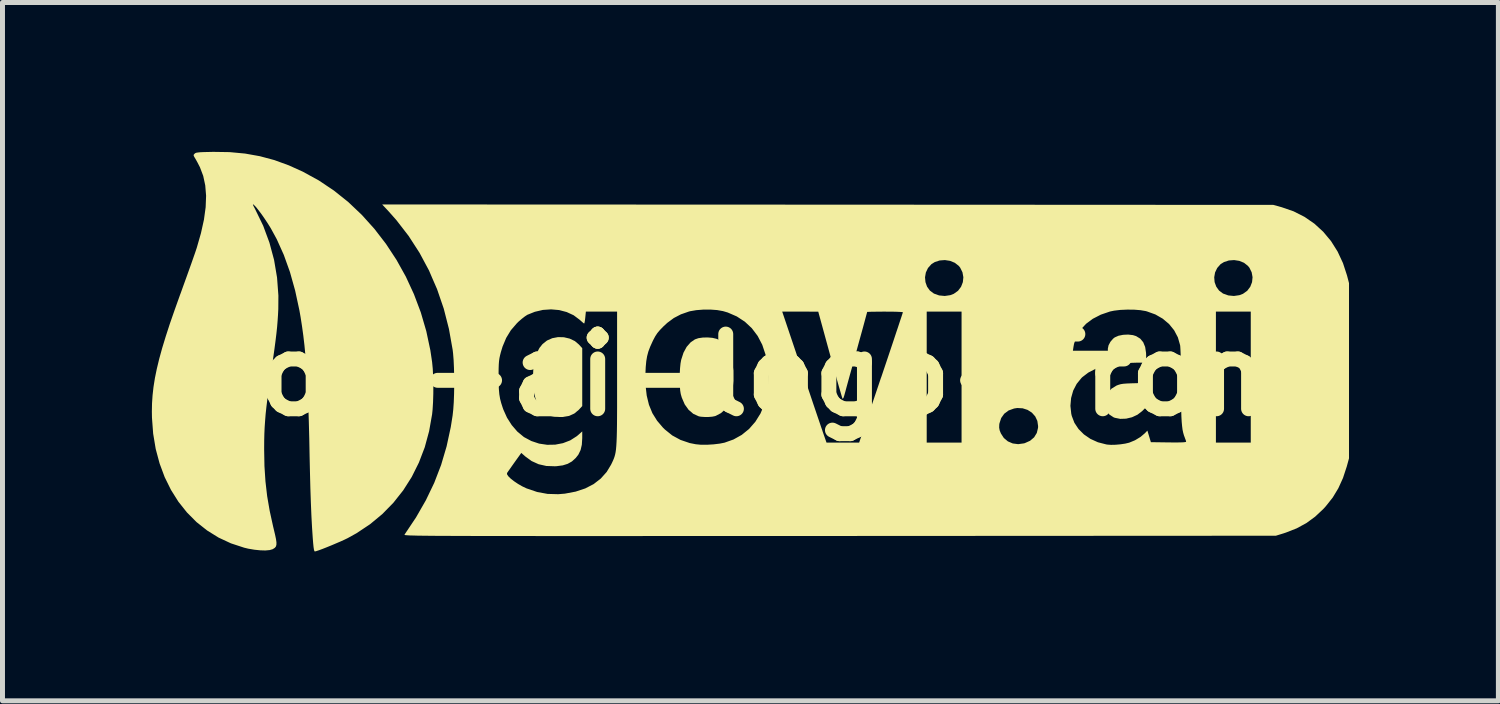
<source format=kicad_pcb>
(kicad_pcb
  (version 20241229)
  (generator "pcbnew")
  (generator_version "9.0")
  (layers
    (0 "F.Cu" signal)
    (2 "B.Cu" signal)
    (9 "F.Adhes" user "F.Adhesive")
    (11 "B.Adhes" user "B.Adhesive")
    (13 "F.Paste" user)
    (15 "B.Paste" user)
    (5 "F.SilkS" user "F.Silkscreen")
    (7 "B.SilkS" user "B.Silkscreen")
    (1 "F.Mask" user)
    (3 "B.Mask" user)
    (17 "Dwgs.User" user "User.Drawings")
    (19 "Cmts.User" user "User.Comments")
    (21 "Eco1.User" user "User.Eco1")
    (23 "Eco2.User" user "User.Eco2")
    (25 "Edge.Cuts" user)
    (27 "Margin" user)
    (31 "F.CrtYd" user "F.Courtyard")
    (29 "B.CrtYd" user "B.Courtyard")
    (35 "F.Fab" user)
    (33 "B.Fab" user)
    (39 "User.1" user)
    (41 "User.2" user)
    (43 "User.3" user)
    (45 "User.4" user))
  (footprint "govi-ai-logo-front"
    (layer "F.Cu")
    (at 12.025 4.481)
    (property "Reference" "govi-ai-logo-front" (at 0 0 0) (layer "F.SilkS") (effects (font (size 1.5 1.5) (thickness 0.3))))
    (attr board_only exclude_from_pos_files exclude_from_bom)
    (fp_poly (pts (xy 7.943 0.402) (xy 7.943 0.645) (xy 7.862 0.726) (xy 7.768 0.798) (xy 7.658 0.849) (xy 7.54 0.877) (xy 7.422 0.881) (xy 7.312 0.859) (xy 7.282 0.846) (xy 7.203 0.793) (xy 7.148 0.718) (xy 7.121 0.624) (xy 7.118 0.575) (xy 7.133 0.456) (xy 7.174 0.356) (xy 7.244 0.277) (xy 7.342 0.216) (xy 7.351 0.211) (xy 7.392 0.196) (xy 7.434 0.184) (xy 7.486 0.176) (xy 7.554 0.171) (xy 7.647 0.167) (xy 7.691 0.166) (xy 7.943 0.159)) (stroke (width 0) (type solid)) (fill yes) (layer "F.SilkS"))
    (fp_poly (pts (xy -3.75 -0.758) (xy -3.635 -0.731) (xy -3.53 -0.681) (xy -3.452 -0.615) (xy -3.382 -0.539) (xy -3.382 0.043) (xy -3.382 0.624) (xy -3.452 0.7) (xy -3.541 0.774) (xy -3.647 0.822) (xy -3.773 0.843) (xy -3.831 0.844) (xy -3.902 0.84) (xy -3.967 0.833) (xy -4.011 0.824) (xy -4.072 0.793) (xy -4.14 0.74) (xy -4.205 0.673) (xy -4.26 0.602) (xy -4.275 0.577) (xy -4.318 0.48) (xy -4.348 0.37) (xy -4.366 0.241) (xy -4.372 0.087) (xy -4.372 0.06) (xy -4.364 -0.131) (xy -4.34 -0.293) (xy -4.299 -0.431) (xy -4.24 -0.545) (xy -4.179 -0.621) (xy -4.09 -0.692) (xy -3.984 -0.739) (xy -3.868 -0.761)) (stroke (width 0) (type solid)) (fill yes) (layer "F.SilkS"))
    (fp_poly (pts (xy -0.767 -0.746) (xy -0.686 -0.727) (xy -0.655 -0.714) (xy -0.553 -0.641) (xy -0.471 -0.542) (xy -0.409 -0.418) (xy -0.368 -0.267) (xy -0.347 -0.089) (xy -0.346 0.117) (xy -0.346 0.118) (xy -0.362 0.303) (xy -0.394 0.458) (xy -0.443 0.586) (xy -0.51 0.688) (xy -0.595 0.765) (xy -0.699 0.82) (xy -0.716 0.826) (xy -0.77 0.837) (xy -0.844 0.843) (xy -0.925 0.843) (xy -0.998 0.838) (xy -1.042 0.83) (xy -1.153 0.779) (xy -1.247 0.698) (xy -1.324 0.59) (xy -1.382 0.456) (xy -1.403 0.384) (xy -1.415 0.311) (xy -1.422 0.213) (xy -1.425 0.1) (xy -1.424 -0.018) (xy -1.418 -0.132) (xy -1.408 -0.232) (xy -1.395 -0.304) (xy -1.348 -0.449) (xy -1.285 -0.565) (xy -1.205 -0.656) (xy -1.119 -0.715) (xy -1.05 -0.739) (xy -0.96 -0.752) (xy -0.862 -0.754)) (stroke (width 0) (type solid)) (fill yes) (layer "F.SilkS"))
    (fp_poly (pts (xy -10.463 -4.476) (xy -10.153 -4.447) (xy -9.856 -4.394) (xy -9.565 -4.316) (xy -9.274 -4.21) (xy -8.993 -4.083) (xy -8.674 -3.908) (xy -8.369 -3.704) (xy -8.08 -3.473) (xy -7.809 -3.216) (xy -7.556 -2.935) (xy -7.324 -2.634) (xy -7.113 -2.313) (xy -6.925 -1.976) (xy -6.762 -1.623) (xy -6.624 -1.257) (xy -6.514 -0.881) (xy -6.432 -0.495) (xy -6.397 -0.259) (xy -6.384 -0.125) (xy -6.376 0.032) (xy -6.372 0.202) (xy -6.373 0.375) (xy -6.378 0.542) (xy -6.387 0.692) (xy -6.397 0.789) (xy -6.457 1.128) (xy -6.545 1.452) (xy -6.662 1.758) (xy -6.806 2.047) (xy -6.977 2.316) (xy -7.174 2.565) (xy -7.396 2.792) (xy -7.642 2.996) (xy -7.912 3.176) (xy -8.092 3.276) (xy -8.154 3.306) (xy -8.233 3.342) (xy -8.322 3.38) (xy -8.416 3.42) (xy -8.509 3.458) (xy -8.595 3.492) (xy -8.668 3.519) (xy -8.722 3.537) (xy -8.751 3.544) (xy -8.752 3.544) (xy -8.761 3.536) (xy -8.77 3.507) (xy -8.778 3.455) (xy -8.786 3.375) (xy -8.794 3.275) (xy -8.808 3.066) (xy -8.821 2.826) (xy -8.832 2.559) (xy -8.842 2.268) (xy -8.85 1.956) (xy -8.857 1.648) (xy -8.864 1.277) (xy -8.873 0.937) (xy -8.883 0.625) (xy -8.894 0.34) (xy -8.908 0.077) (xy -8.923 -0.164) (xy -8.941 -0.389) (xy -8.961 -0.598) (xy -8.984 -0.794) (xy -9.01 -0.982) (xy -9.038 -1.162) (xy -9.062 -1.298) (xy -9.148 -1.697) (xy -9.252 -2.068) (xy -9.375 -2.411) (xy -9.517 -2.727) (xy -9.637 -2.947) (xy -9.694 -3.039) (xy -9.756 -3.133) (xy -9.819 -3.224) (xy -9.88 -3.305) (xy -9.932 -3.371) (xy -9.973 -3.413) (xy -9.976 -3.416) (xy -9.993 -3.428) (xy -9.996 -3.422) (xy -9.984 -3.393) (xy -9.956 -3.34) (xy -9.947 -3.322) (xy -9.789 -2.996) (xy -9.664 -2.658) (xy -9.571 -2.312) (xy -9.511 -1.957) (xy -9.484 -1.595) (xy -9.486 -1.324) (xy -9.492 -1.205) (xy -9.5 -1.086) (xy -9.51 -0.963) (xy -9.524 -0.831) (xy -9.542 -0.684) (xy -9.564 -0.517) (xy -9.591 -0.326) (xy -9.616 -0.154) (xy -9.651 0.082) (xy -9.68 0.289) (xy -9.704 0.472) (xy -9.724 0.635) (xy -9.74 0.782) (xy -9.751 0.92) (xy -9.76 1.051) (xy -9.766 1.182) (xy -9.769 1.315) (xy -9.77 1.457) (xy -9.77 1.503) (xy -9.764 1.83) (xy -9.744 2.135) (xy -9.71 2.431) (xy -9.659 2.728) (xy -9.591 3.038) (xy -9.579 3.088) (xy -9.551 3.206) (xy -9.532 3.296) (xy -9.523 3.363) (xy -9.524 3.411) (xy -9.535 3.446) (xy -9.557 3.472) (xy -9.59 3.493) (xy -9.6 3.499) (xy -9.659 3.516) (xy -9.745 3.524) (xy -9.849 3.521) (xy -9.966 3.509) (xy -10.089 3.488) (xy -10.172 3.468) (xy -10.437 3.381) (xy -10.686 3.265) (xy -10.916 3.122) (xy -11.128 2.954) (xy -11.321 2.76) (xy -11.492 2.545) (xy -11.641 2.308) (xy -11.768 2.051) (xy -11.87 1.776) (xy -11.948 1.485) (xy -11.999 1.178) (xy -12.023 0.858) (xy -12.025 0.737) (xy -12.022 0.573) (xy -12.011 0.408) (xy -11.992 0.239) (xy -11.964 0.063) (xy -11.926 -0.123) (xy -11.878 -0.322) (xy -11.819 -0.537) (xy -11.748 -0.77) (xy -11.665 -1.026) (xy -11.568 -1.305) (xy -11.458 -1.613) (xy -11.446 -1.644) (xy -11.39 -1.8) (xy -11.334 -1.955) (xy -11.281 -2.103) (xy -11.232 -2.24) (xy -11.19 -2.36) (xy -11.155 -2.46) (xy -11.13 -2.535) (xy -11.123 -2.556) (xy -11.039 -2.849) (xy -10.979 -3.12) (xy -10.945 -3.369) (xy -10.936 -3.599) (xy -10.953 -3.808) (xy -10.994 -3.999) (xy -11.06 -4.173) (xy -11.076 -4.204) (xy -11.109 -4.268) (xy -11.141 -4.326) (xy -11.165 -4.366) (xy -11.166 -4.368) (xy -11.185 -4.402) (xy -11.185 -4.423) (xy -11.166 -4.445) (xy -11.152 -4.456) (xy -11.131 -4.464) (xy -11.097 -4.469) (xy -11.047 -4.474) (xy -10.974 -4.477) (xy -10.876 -4.479) (xy -10.792 -4.481)) (stroke (width 0) (type solid)) (fill yes) (layer "F.SilkS"))
    (fp_poly (pts (xy 1.548 -3.421) (xy 10.497 -3.416) (xy 10.667 -3.369) (xy 10.904 -3.287) (xy 11.123 -3.176) (xy 11.322 -3.039) (xy 11.5 -2.876) (xy 11.656 -2.689) (xy 11.788 -2.479) (xy 11.896 -2.247) (xy 11.977 -1.999) (xy 12.017 -1.845) (xy 12.017 -0.085) (xy 12.017 1.674) (xy 11.972 1.838) (xy 11.896 2.069) (xy 11.803 2.274) (xy 11.69 2.461) (xy 11.552 2.635) (xy 11.504 2.688) (xy 11.336 2.846) (xy 11.159 2.975) (xy 10.966 3.08) (xy 10.749 3.165) (xy 10.701 3.181) (xy 10.548 3.228) (xy 1.787 3.233) (xy 1.134 3.233) (xy 0.514 3.233) (xy -0.073 3.234) (xy -0.629 3.234) (xy -1.154 3.234) (xy -1.65 3.234) (xy -2.116 3.234) (xy -2.554 3.235) (xy -2.966 3.235) (xy -3.35 3.235) (xy -3.71 3.235) (xy -4.044 3.235) (xy -4.355 3.234) (xy -4.643 3.234) (xy -4.909 3.234) (xy -5.154 3.234) (xy -5.379 3.233) (xy -5.584 3.233) (xy -5.771 3.232) (xy -5.94 3.232) (xy -6.092 3.231) (xy -6.228 3.231) (xy -6.349 3.23) (xy -6.456 3.229) (xy -6.55 3.228) (xy -6.631 3.227) (xy -6.701 3.226) (xy -6.76 3.224) (xy -6.809 3.223) (xy -6.849 3.222) (xy -6.881 3.22) (xy -6.906 3.218) (xy -6.924 3.217) (xy -6.937 3.215) (xy -6.945 3.213) (xy -6.95 3.211) (xy -6.951 3.208) (xy -6.951 3.206) (xy -6.95 3.204) (xy -6.72 2.86) (xy -6.522 2.515) (xy -6.354 2.165) (xy -6.216 1.806) (xy -6.106 1.434) (xy -6.022 1.045) (xy -5.985 0.811) (xy -5.972 0.691) (xy -5.962 0.546) (xy -5.956 0.381) (xy -5.953 0.207) (xy -5.954 0.03) (xy -5.954 0.026) (xy -5.062 0.026) (xy -5.061 0.169) (xy -5.056 0.287) (xy -5.047 0.387) (xy -5.032 0.477) (xy -5.009 0.565) (xy -4.978 0.661) (xy -4.965 0.697) (xy -4.893 0.857) (xy -4.798 1.006) (xy -4.686 1.136) (xy -4.562 1.239) (xy -4.55 1.248) (xy -4.404 1.326) (xy -4.248 1.378) (xy -4.086 1.402) (xy -3.925 1.399) (xy -3.769 1.369) (xy -3.623 1.313) (xy -3.493 1.23) (xy -3.463 1.205) (xy -3.382 1.133) (xy -3.382 1.268) (xy -3.39 1.4) (xy -3.415 1.507) (xy -3.459 1.598) (xy -3.512 1.666) (xy -3.589 1.736) (xy -3.674 1.784) (xy -3.773 1.815) (xy -3.895 1.831) (xy -3.931 1.833) (xy -4.103 1.827) (xy -4.258 1.792) (xy -4.399 1.728) (xy -4.528 1.634) (xy -4.606 1.565) (xy -4.743 1.756) (xy -4.794 1.828) (xy -4.838 1.891) (xy -4.872 1.939) (xy -4.891 1.967) (xy -4.893 1.97) (xy -4.891 1.998) (xy -4.863 2.038) (xy -4.814 2.085) (xy -4.748 2.136) (xy -4.672 2.187) (xy -4.589 2.235) (xy -4.503 2.276) (xy -4.495 2.279) (xy -4.286 2.35) (xy -4.078 2.388) (xy -3.865 2.394) (xy -3.731 2.383) (xy -3.514 2.342) (xy -3.321 2.278) (xy -3.153 2.191) (xy -3.01 2.08) (xy -2.891 1.947) (xy -2.803 1.801) (xy -2.782 1.758) (xy -2.764 1.719) (xy -2.748 1.681) (xy -2.734 1.642) (xy -2.722 1.599) (xy -2.712 1.551) (xy -2.704 1.494) (xy -2.698 1.425) (xy -2.693 1.344) (xy -2.689 1.246) (xy -2.686 1.13) (xy -2.684 0.994) (xy -2.683 0.834) (xy -2.682 0.648) (xy -2.682 0.434) (xy -2.682 0.189) (xy -2.682 0.073) (xy -2.682 -0.026) (xy -2.113 -0.026) (xy -2.111 0.206) (xy -2.087 0.414) (xy -2.042 0.599) (xy -1.973 0.767) (xy -1.879 0.918) (xy -1.76 1.058) (xy -1.723 1.094) (xy -1.574 1.214) (xy -1.408 1.304) (xy -1.223 1.367) (xy -1.101 1.391) (xy -0.998 1.401) (xy -0.874 1.401) (xy -0.744 1.393) (xy -0.619 1.378) (xy -0.524 1.359) (xy -0.344 1.295) (xy -0.179 1.203) (xy -0.032 1.084) (xy 0.094 0.94) (xy 0.198 0.773) (xy 0.277 0.587) (xy 0.287 0.554) (xy 0.328 0.379) (xy 0.349 0.185) (xy 0.352 -0.017) (xy 0.336 -0.218) (xy 0.3 -0.407) (xy 0.299 -0.41) (xy 0.233 -0.608) (xy 0.141 -0.784) (xy 0.024 -0.939) (xy -0.116 -1.07) (xy -0.278 -1.176) (xy -0.46 -1.255) (xy -0.521 -1.273) (xy 0.634 -1.273) (xy 1.001 -0.184) (xy 1.065 0.009) (xy 1.129 0.197) (xy 1.19 0.378) (xy 1.247 0.548) (xy 1.3 0.704) (xy 1.347 0.843) (xy 1.387 0.96) (xy 1.418 1.053) (xy 1.441 1.118) (xy 1.445 1.132) (xy 1.524 1.358) (xy 1.852 1.358) (xy 2.179 1.358) (xy 2.618 0.055) (xy 2.623 0.043) (xy 3.536 0.043) (xy 3.536 1.358) (xy 3.886 1.358) (xy 4.236 1.358) (xy 4.236 1.057) (xy 4.991 1.057) (xy 5.001 1.112) (xy 5.026 1.174) (xy 5.085 1.265) (xy 5.166 1.333) (xy 5.264 1.375) (xy 5.373 1.389) (xy 5.49 1.373) (xy 5.507 1.368) (xy 5.612 1.321) (xy 5.693 1.252) (xy 5.747 1.164) (xy 5.772 1.06) (xy 5.773 1.026) (xy 5.758 0.922) (xy 5.715 0.831) (xy 5.648 0.756) (xy 5.562 0.701) (xy 5.463 0.669) (xy 5.354 0.663) (xy 5.29 0.673) (xy 5.18 0.713) (xy 5.093 0.778) (xy 5.032 0.864) (xy 4.997 0.971) (xy 4.993 0.997) (xy 4.991 1.057) (xy 4.236 1.057) (xy 4.236 0.619) (xy 6.422 0.619) (xy 6.439 0.778) (xy 6.449 0.821) (xy 6.502 0.96) (xy 6.585 1.085) (xy 6.693 1.193) (xy 6.824 1.283) (xy 6.974 1.351) (xy 7.141 1.394) (xy 7.166 1.398) (xy 7.237 1.403) (xy 7.329 1.401) (xy 7.429 1.392) (xy 7.523 1.378) (xy 7.599 1.36) (xy 7.6 1.36) (xy 7.719 1.311) (xy 7.83 1.244) (xy 7.917 1.17) (xy 7.968 1.117) (xy 8.003 1.233) (xy 8.038 1.349) (xy 8.392 1.354) (xy 8.528 1.355) (xy 8.631 1.354) (xy 8.701 1.351) (xy 8.738 1.345) (xy 8.746 1.341) (xy 8.74 1.314) (xy 8.724 1.272) (xy 8.72 1.26) (xy 8.702 1.212) (xy 8.687 1.16) (xy 8.674 1.099) (xy 8.665 1.027) (xy 8.657 0.941) (xy 8.651 0.836) (xy 8.647 0.709) (xy 8.645 0.558) (xy 8.643 0.379) (xy 8.643 0.206) (xy 8.643 0.043) (xy 9.344 0.043) (xy 9.344 1.358) (xy 9.694 1.358) (xy 10.044 1.358) (xy 10.044 0.043) (xy 10.044 -1.273) (xy 9.694 -1.273) (xy 9.344 -1.273) (xy 9.344 0.043) (xy 8.643 0.043) (xy 8.643 0.022) (xy 8.641 -0.145) (xy 8.639 -0.29) (xy 8.636 -0.412) (xy 8.632 -0.507) (xy 8.628 -0.573) (xy 8.625 -0.599) (xy 8.58 -0.756) (xy 8.505 -0.898) (xy 8.403 -1.024) (xy 8.276 -1.131) (xy 8.128 -1.216) (xy 7.959 -1.277) (xy 7.933 -1.284) (xy 7.827 -1.302) (xy 7.699 -1.312) (xy 7.561 -1.313) (xy 7.424 -1.307) (xy 7.299 -1.292) (xy 7.217 -1.275) (xy 7.033 -1.212) (xy 6.872 -1.129) (xy 6.736 -1.028) (xy 6.627 -0.909) (xy 6.546 -0.775) (xy 6.495 -0.627) (xy 6.484 -0.568) (xy 6.472 -0.487) (xy 6.823 -0.487) (xy 7.174 -0.487) (xy 7.174 -0.53) (xy 7.188 -0.596) (xy 7.225 -0.666) (xy 7.278 -0.728) (xy 7.312 -0.755) (xy 7.387 -0.788) (xy 7.48 -0.807) (xy 7.581 -0.812) (xy 7.677 -0.801) (xy 7.741 -0.781) (xy 7.824 -0.73) (xy 7.884 -0.658) (xy 7.923 -0.563) (xy 7.941 -0.443) (xy 7.943 -0.382) (xy 7.943 -0.248) (xy 7.742 -0.247) (xy 7.495 -0.239) (xy 7.277 -0.216) (xy 7.086 -0.177) (xy 6.921 -0.121) (xy 6.781 -0.048) (xy 6.663 0.042) (xy 6.644 0.06) (xy 6.548 0.178) (xy 6.478 0.313) (xy 6.436 0.462) (xy 6.422 0.619) (xy 4.236 0.619) (xy 4.236 0.043) (xy 4.236 -1.273) (xy 3.886 -1.273) (xy 3.536 -1.273) (xy 3.536 0.043) (xy 2.623 0.043) (xy 2.687 -0.147) (xy 2.752 -0.34) (xy 2.813 -0.522) (xy 2.869 -0.689) (xy 2.919 -0.84) (xy 2.963 -0.971) (xy 2.999 -1.081) (xy 3.028 -1.167) (xy 3.047 -1.226) (xy 3.057 -1.256) (xy 3.058 -1.26) (xy 3.041 -1.264) (xy 2.996 -1.267) (xy 2.926 -1.27) (xy 2.837 -1.272) (xy 2.735 -1.272) (xy 2.699 -1.273) (xy 2.592 -1.272) (xy 2.498 -1.271) (xy 2.422 -1.27) (xy 2.368 -1.268) (xy 2.342 -1.267) (xy 2.34 -1.266) (xy 2.336 -1.249) (xy 2.323 -1.202) (xy 2.303 -1.128) (xy 2.277 -1.031) (xy 2.245 -0.914) (xy 2.208 -0.78) (xy 2.167 -0.632) (xy 2.124 -0.474) (xy 2.12 -0.459) (xy 2.075 -0.297) (xy 2.033 -0.143) (xy 1.993 -0.000103) (xy 1.958 0.127) (xy 1.928 0.236) (xy 1.905 0.323) (xy 1.888 0.384) (xy 1.879 0.416) (xy 1.879 0.416) (xy 1.865 0.457) (xy 1.851 0.477) (xy 1.846 0.476) (xy 1.839 0.457) (xy 1.824 0.409) (xy 1.802 0.333) (xy 1.773 0.234) (xy 1.739 0.114) (xy 1.701 -0.023) (xy 1.659 -0.174) (xy 1.614 -0.337) (xy 1.595 -0.406) (xy 1.358 -1.272) (xy 0.996 -1.273) (xy 0.634 -1.273) (xy -0.521 -1.273) (xy -0.555 -1.283) (xy -0.673 -1.304) (xy -0.81 -1.314) (xy -0.954 -1.313) (xy -1.093 -1.302) (xy -1.215 -1.281) (xy -1.238 -1.275) (xy -1.401 -1.218) (xy -1.543 -1.144) (xy -1.674 -1.047) (xy -1.753 -0.974) (xy -1.822 -0.903) (xy -1.874 -0.841) (xy -1.916 -0.777) (xy -1.957 -0.7) (xy -1.969 -0.675) (xy -2.018 -0.567) (xy -2.054 -0.472) (xy -2.079 -0.378) (xy -2.096 -0.278) (xy -2.107 -0.161) (xy -2.113 -0.026) (xy -2.682 -0.026) (xy -2.682 -1.273) (xy -2.996 -1.273) (xy -3.309 -1.273) (xy -3.321 -1.153) (xy -3.328 -1.094) (xy -3.336 -1.051) (xy -3.343 -1.034) (xy -3.343 -1.033) (xy -3.36 -1.044) (xy -3.393 -1.073) (xy -3.436 -1.111) (xy -3.555 -1.2) (xy -3.694 -1.264) (xy -3.846 -1.304) (xy -4.007 -1.318) (xy -4.172 -1.307) (xy -4.335 -1.269) (xy -4.484 -1.209) (xy -4.533 -1.177) (xy -4.595 -1.129) (xy -4.662 -1.071) (xy -4.698 -1.035) (xy -4.816 -0.898) (xy -4.909 -0.745) (xy -4.982 -0.571) (xy -5.017 -0.456) (xy -5.033 -0.393) (xy -5.045 -0.336) (xy -5.053 -0.279) (xy -5.058 -0.214) (xy -5.061 -0.133) (xy -5.062 -0.029) (xy -5.062 0.026) (xy -5.954 0.026) (xy -5.958 -0.141) (xy -5.965 -0.299) (xy -5.976 -0.436) (xy -5.984 -0.504) (xy -6.059 -0.925) (xy -6.163 -1.332) (xy -6.297 -1.723) (xy -6.401 -1.962) (xy 3.502 -1.962) (xy 3.511 -1.865) (xy 3.543 -1.774) (xy 3.6 -1.695) (xy 3.681 -1.635) (xy 3.681 -1.635) (xy 3.785 -1.598) (xy 3.898 -1.587) (xy 4.008 -1.603) (xy 4.079 -1.63) (xy 4.165 -1.691) (xy 4.226 -1.772) (xy 4.262 -1.865) (xy 4.272 -1.962) (xy 9.31 -1.962) (xy 9.318 -1.865) (xy 9.351 -1.774) (xy 9.408 -1.695) (xy 9.488 -1.635) (xy 9.489 -1.635) (xy 9.593 -1.598) (xy 9.705 -1.587) (xy 9.816 -1.603) (xy 9.887 -1.63) (xy 9.973 -1.691) (xy 10.034 -1.772) (xy 10.07 -1.865) (xy 10.08 -1.964) (xy 10.062 -2.063) (xy 10.016 -2.156) (xy 9.986 -2.192) (xy 9.909 -2.253) (xy 9.814 -2.292) (xy 9.71 -2.308) (xy 9.604 -2.3) (xy 9.506 -2.268) (xy 9.438 -2.226) (xy 9.37 -2.149) (xy 9.327 -2.059) (xy 9.31 -1.962) (xy 4.272 -1.962) (xy 4.272 -1.964) (xy 4.254 -2.063) (xy 4.208 -2.156) (xy 4.179 -2.192) (xy 4.101 -2.253) (xy 4.006 -2.292) (xy 3.902 -2.308) (xy 3.796 -2.3) (xy 3.698 -2.268) (xy 3.631 -2.226) (xy 3.562 -2.149) (xy 3.519 -2.059) (xy 3.502 -1.962) (xy -6.401 -1.962) (xy -6.459 -2.098) (xy -6.65 -2.454) (xy -6.869 -2.793) (xy -7.115 -3.111) (xy -7.277 -3.294) (xy -7.4 -3.425)) (stroke (width 0) (type solid)) (fill yes) (layer "F.SilkS")))
  (gr_rect
    (start -3 -3)
    (end 27.042 11.025)
    (stroke (width 0.1) (type default))
    (fill no)
    (layer "Edge.Cuts")))
</source>
